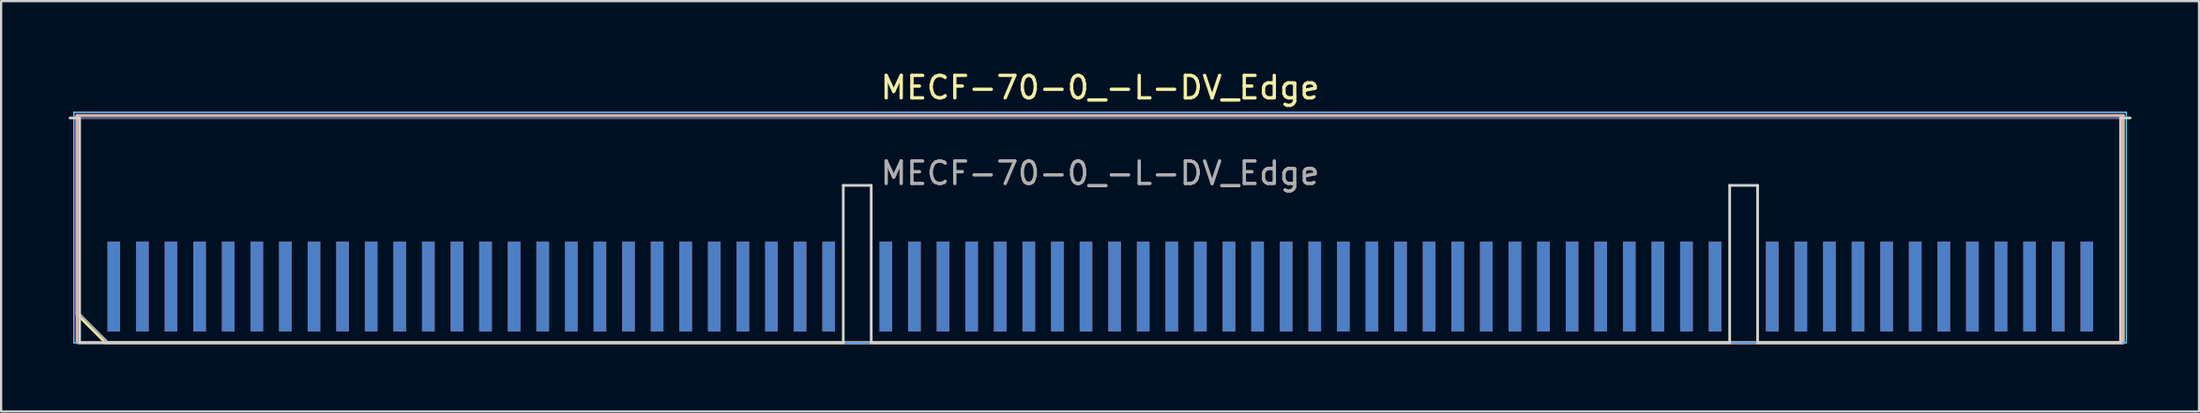
<source format=kicad_pcb>
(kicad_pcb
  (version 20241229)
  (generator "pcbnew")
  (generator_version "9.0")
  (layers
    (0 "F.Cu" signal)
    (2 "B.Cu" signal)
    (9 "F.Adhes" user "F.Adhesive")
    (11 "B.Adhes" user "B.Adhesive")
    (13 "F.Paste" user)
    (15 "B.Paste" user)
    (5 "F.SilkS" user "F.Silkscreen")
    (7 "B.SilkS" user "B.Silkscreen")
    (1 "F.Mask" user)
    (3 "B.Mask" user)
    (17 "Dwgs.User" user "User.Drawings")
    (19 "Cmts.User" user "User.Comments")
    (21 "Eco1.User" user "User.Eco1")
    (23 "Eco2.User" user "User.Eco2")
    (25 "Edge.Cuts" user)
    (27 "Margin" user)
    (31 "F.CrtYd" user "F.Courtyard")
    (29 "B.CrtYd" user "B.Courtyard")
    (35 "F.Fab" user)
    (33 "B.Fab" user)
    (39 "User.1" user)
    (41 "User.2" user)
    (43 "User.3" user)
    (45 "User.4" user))
  (footprint "MECF-70-0_-L-DV_Edge"
    (layer "F.Cu")
    (at 45.81 7.198)
    (property "Reference" "MECF-70-0_-L-DV_Edge" (at 0 -6.35 0) (layer "F.SilkS") (effects (font (size 1 1) (thickness 0.15))))
    (attr exclude_from_pos_files exclude_from_bom)
    (fp_line (start -45.44 -5.11) (end 45.44 -5.11) (stroke (width 0.12) (type solid)) (layer "F.SilkS"))
    (fp_line (start -45.44 3.73) (end -45.44 -5.11) (stroke (width 0.12) (type solid)) (layer "F.SilkS"))
    (fp_line (start -44.17 5) (end -45.44 3.73) (stroke (width 0.12) (type solid)) (layer "F.SilkS"))
    (fp_line (start -44.17 5) (end 45.44 5) (stroke (width 0.12) (type solid)) (layer "F.SilkS"))
    (fp_line (start 45.44 5) (end 45.44 -5.11) (stroke (width 0.12) (type solid)) (layer "F.SilkS"))
    (fp_line (start -45.44 -5.11) (end 45.44 -5.11) (stroke (width 0.12) (type solid)) (layer "B.SilkS"))
    (fp_line (start -45.44 5) (end -45.44 -5.11) (stroke (width 0.12) (type solid)) (layer "B.SilkS"))
    (fp_line (start -45.44 5) (end 45.44 5) (stroke (width 0.12) (type solid)) (layer "B.SilkS"))
    (fp_line (start 45.44 5) (end 45.44 -5.11) (stroke (width 0.12) (type solid)) (layer "B.SilkS"))
    (fp_line (start -45.75 -5) (end -45.325 -5) (stroke (width 0.12) (type solid)) (layer "Edge.Cuts"))
    (fp_line (start -45.325 5) (end -45.325 -5) (stroke (width 0.12) (type solid)) (layer "Edge.Cuts"))
    (fp_line (start -45.325 5) (end -11.405 5) (stroke (width 0.12) (type solid)) (layer "Edge.Cuts"))
    (fp_line (start -11.405 -2) (end -10.165 -2) (stroke (width 0.12) (type solid)) (layer "Edge.Cuts"))
    (fp_line (start -11.405 5) (end -11.405 -2) (stroke (width 0.12) (type solid)) (layer "Edge.Cuts"))
    (fp_line (start -10.165 5) (end -10.165 -2) (stroke (width 0.12) (type solid)) (layer "Edge.Cuts"))
    (fp_line (start -10.165 5) (end 27.965 5) (stroke (width 0.12) (type solid)) (layer "Edge.Cuts"))
    (fp_line (start 27.965 -2) (end 29.205 -2) (stroke (width 0.12) (type solid)) (layer "Edge.Cuts"))
    (fp_line (start 27.965 5) (end 27.965 -2) (stroke (width 0.12) (type solid)) (layer "Edge.Cuts"))
    (fp_line (start 29.205 5) (end 29.205 -2) (stroke (width 0.12) (type solid)) (layer "Edge.Cuts"))
    (fp_line (start 29.205 5) (end 45.325 5) (stroke (width 0.12) (type solid)) (layer "Edge.Cuts"))
    (fp_line (start 45.325 5) (end 45.325 -5) (stroke (width 0.12) (type solid)) (layer "Edge.Cuts"))
    (fp_line (start 45.75 -5) (end 45.325 -5) (stroke (width 0.12) (type solid)) (layer "Edge.Cuts"))
    (fp_line (start -45.58 -5.25) (end -45.58 5) (stroke (width 0.05) (type solid)) (layer "B.CrtYd"))
    (fp_line (start -45.58 5) (end 45.58 5) (stroke (width 0.05) (type solid)) (layer "B.CrtYd"))
    (fp_line (start 45.58 -5.25) (end -45.58 -5.25) (stroke (width 0.05) (type solid)) (layer "B.CrtYd"))
    (fp_line (start 45.58 5) (end 45.58 -5.25) (stroke (width 0.05) (type solid)) (layer "B.CrtYd"))
    (fp_line (start -45.58 -5.25) (end -45.58 5) (stroke (width 0.05) (type solid)) (layer "F.CrtYd"))
    (fp_line (start -45.58 5) (end 45.58 5) (stroke (width 0.05) (type solid)) (layer "F.CrtYd"))
    (fp_line (start 45.58 -5.25) (end -45.58 -5.25) (stroke (width 0.05) (type solid)) (layer "F.CrtYd"))
    (fp_line (start 45.58 5) (end 45.58 -5.25) (stroke (width 0.05) (type solid)) (layer "F.CrtYd"))
    (fp_line (start -45.325 -5) (end 45.325 -5) (stroke (width 0.1) (type solid)) (layer "B.Fab"))
    (fp_line (start -45.325 5) (end -45.325 -5) (stroke (width 0.1) (type solid)) (layer "B.Fab"))
    (fp_line (start -45.325 5) (end 45.325 5) (stroke (width 0.1) (type solid)) (layer "B.Fab"))
    (fp_line (start 45.325 5) (end 45.325 -5) (stroke (width 0.1) (type solid)) (layer "B.Fab"))
    (fp_line (start -45.325 -5) (end 45.325 -5) (stroke (width 0.1) (type solid)) (layer "F.Fab"))
    (fp_line (start -45.325 3.73) (end -45.325 -5) (stroke (width 0.1) (type solid)) (layer "F.Fab"))
    (fp_line (start -45.325 3.73) (end -44.055 5) (stroke (width 0.1) (type solid)) (layer "F.Fab"))
    (fp_line (start -44.055 5) (end 45.325 5) (stroke (width 0.1) (type solid)) (layer "F.Fab"))
    (fp_line (start 45.325 5) (end 45.325 -5) (stroke (width 0.1) (type solid)) (layer "F.Fab"))
    (fp_text user "${REFERENCE}" (at 0 -2.54 0) (layer "F.Fab") (effects (font (size 1 1) (thickness 0.15))))
    (pad "1" smd rect (at -43.805 2.5) (size 0.56 4) (layers "F.Cu" "F.Mask" "F.Paste"))
    (pad "2" smd rect (at -43.805 2.5) (size 0.56 4) (layers "B.Cu" "B.Mask" "B.Paste"))
    (pad "3" smd rect (at -42.535 2.5) (size 0.56 4) (layers "F.Cu" "F.Mask" "F.Paste"))
    (pad "4" smd rect (at -42.535 2.5) (size 0.56 4) (layers "B.Cu" "B.Mask" "B.Paste"))
    (pad "5" smd rect (at -41.265 2.5) (size 0.56 4) (layers "F.Cu" "F.Mask" "F.Paste"))
    (pad "6" smd rect (at -41.265 2.5) (size 0.56 4) (layers "B.Cu" "B.Mask" "B.Paste"))
    (pad "7" smd rect (at -39.995 2.5) (size 0.56 4) (layers "F.Cu" "F.Mask" "F.Paste"))
    (pad "8" smd rect (at -39.995 2.5) (size 0.56 4) (layers "B.Cu" "B.Mask" "B.Paste"))
    (pad "9" smd rect (at -38.725 2.5) (size 0.56 4) (layers "F.Cu" "F.Mask" "F.Paste"))
    (pad "10" smd rect (at -38.725 2.5) (size 0.56 4) (layers "B.Cu" "B.Mask" "B.Paste"))
    (pad "11" smd rect (at -37.455 2.5) (size 0.56 4) (layers "F.Cu" "F.Mask" "F.Paste"))
    (pad "12" smd rect (at -37.455 2.5) (size 0.56 4) (layers "B.Cu" "B.Mask" "B.Paste"))
    (pad "13" smd rect (at -36.185 2.5) (size 0.56 4) (layers "F.Cu" "F.Mask" "F.Paste"))
    (pad "14" smd rect (at -36.185 2.5) (size 0.56 4) (layers "B.Cu" "B.Mask" "B.Paste"))
    (pad "15" smd rect (at -34.915 2.5) (size 0.56 4) (layers "F.Cu" "F.Mask" "F.Paste"))
    (pad "16" smd rect (at -34.915 2.5) (size 0.56 4) (layers "B.Cu" "B.Mask" "B.Paste"))
    (pad "17" smd rect (at -33.645 2.5) (size 0.56 4) (layers "F.Cu" "F.Mask" "F.Paste"))
    (pad "18" smd rect (at -33.645 2.5) (size 0.56 4) (layers "B.Cu" "B.Mask" "B.Paste"))
    (pad "19" smd rect (at -32.375 2.5) (size 0.56 4) (layers "F.Cu" "F.Mask" "F.Paste"))
    (pad "20" smd rect (at -32.375 2.5) (size 0.56 4) (layers "B.Cu" "B.Mask" "B.Paste"))
    (pad "21" smd rect (at -31.105 2.5) (size 0.56 4) (layers "F.Cu" "F.Mask" "F.Paste"))
    (pad "22" smd rect (at -31.105 2.5) (size 0.56 4) (layers "B.Cu" "B.Mask" "B.Paste"))
    (pad "23" smd rect (at -29.835 2.5) (size 0.56 4) (layers "F.Cu" "F.Mask" "F.Paste"))
    (pad "24" smd rect (at -29.835 2.5) (size 0.56 4) (layers "B.Cu" "B.Mask" "B.Paste"))
    (pad "25" smd rect (at -28.565 2.5) (size 0.56 4) (layers "F.Cu" "F.Mask" "F.Paste"))
    (pad "26" smd rect (at -28.565 2.5) (size 0.56 4) (layers "B.Cu" "B.Mask" "B.Paste"))
    (pad "27" smd rect (at -27.295 2.5) (size 0.56 4) (layers "F.Cu" "F.Mask" "F.Paste"))
    (pad "28" smd rect (at -27.295 2.5) (size 0.56 4) (layers "B.Cu" "B.Mask" "B.Paste"))
    (pad "29" smd rect (at -26.025 2.5) (size 0.56 4) (layers "F.Cu" "F.Mask" "F.Paste"))
    (pad "30" smd rect (at -26.025 2.5) (size 0.56 4) (layers "B.Cu" "B.Mask" "B.Paste"))
    (pad "31" smd rect (at -24.755 2.5) (size 0.56 4) (layers "F.Cu" "F.Mask" "F.Paste"))
    (pad "32" smd rect (at -24.755 2.5) (size 0.56 4) (layers "B.Cu" "B.Mask" "B.Paste"))
    (pad "33" smd rect (at -23.485 2.5) (size 0.56 4) (layers "F.Cu" "F.Mask" "F.Paste"))
    (pad "34" smd rect (at -23.485 2.5) (size 0.56 4) (layers "B.Cu" "B.Mask" "B.Paste"))
    (pad "35" smd rect (at -22.215 2.5) (size 0.56 4) (layers "F.Cu" "F.Mask" "F.Paste"))
    (pad "36" smd rect (at -22.215 2.5) (size 0.56 4) (layers "B.Cu" "B.Mask" "B.Paste"))
    (pad "37" smd rect (at -20.945 2.5) (size 0.56 4) (layers "F.Cu" "F.Mask" "F.Paste"))
    (pad "38" smd rect (at -20.945 2.5) (size 0.56 4) (layers "B.Cu" "B.Mask" "B.Paste"))
    (pad "39" smd rect (at -19.675 2.5) (size 0.56 4) (layers "F.Cu" "F.Mask" "F.Paste"))
    (pad "40" smd rect (at -19.675 2.5) (size 0.56 4) (layers "B.Cu" "B.Mask" "B.Paste"))
    (pad "41" smd rect (at -18.405 2.5) (size 0.56 4) (layers "F.Cu" "F.Mask" "F.Paste"))
    (pad "42" smd rect (at -18.405 2.5) (size 0.56 4) (layers "B.Cu" "B.Mask" "B.Paste"))
    (pad "43" smd rect (at -17.135 2.5) (size 0.56 4) (layers "F.Cu" "F.Mask" "F.Paste"))
    (pad "44" smd rect (at -17.135 2.5) (size 0.56 4) (layers "B.Cu" "B.Mask" "B.Paste"))
    (pad "45" smd rect (at -15.865 2.5) (size 0.56 4) (layers "F.Cu" "F.Mask" "F.Paste"))
    (pad "46" smd rect (at -15.865 2.5) (size 0.56 4) (layers "B.Cu" "B.Mask" "B.Paste"))
    (pad "47" smd rect (at -14.595 2.5) (size 0.56 4) (layers "F.Cu" "F.Mask" "F.Paste"))
    (pad "48" smd rect (at -14.595 2.5) (size 0.56 4) (layers "B.Cu" "B.Mask" "B.Paste"))
    (pad "49" smd rect (at -13.325 2.5) (size 0.56 4) (layers "F.Cu" "F.Mask" "F.Paste"))
    (pad "50" smd rect (at -13.325 2.5) (size 0.56 4) (layers "B.Cu" "B.Mask" "B.Paste"))
    (pad "51" smd rect (at -12.055 2.5) (size 0.56 4) (layers "F.Cu" "F.Mask" "F.Paste"))
    (pad "52" smd rect (at -12.055 2.5) (size 0.56 4) (layers "B.Cu" "B.Mask" "B.Paste"))
    (pad "55" smd rect (at -9.515 2.5) (size 0.56 4) (layers "F.Cu" "F.Mask" "F.Paste"))
    (pad "56" smd rect (at -9.515 2.5) (size 0.56 4) (layers "B.Cu" "B.Mask" "B.Paste"))
    (pad "57" smd rect (at -8.245 2.5) (size 0.56 4) (layers "F.Cu" "F.Mask" "F.Paste"))
    (pad "58" smd rect (at -8.245 2.5) (size 0.56 4) (layers "B.Cu" "B.Mask" "B.Paste"))
    (pad "59" smd rect (at -6.975 2.5) (size 0.56 4) (layers "F.Cu" "F.Mask" "F.Paste"))
    (pad "60" smd rect (at -6.975 2.5) (size 0.56 4) (layers "B.Cu" "B.Mask" "B.Paste"))
    (pad "61" smd rect (at -5.705 2.5) (size 0.56 4) (layers "F.Cu" "F.Mask" "F.Paste"))
    (pad "62" smd rect (at -5.705 2.5) (size 0.56 4) (layers "B.Cu" "B.Mask" "B.Paste"))
    (pad "63" smd rect (at -4.435 2.5) (size 0.56 4) (layers "F.Cu" "F.Mask" "F.Paste"))
    (pad "64" smd rect (at -4.435 2.5) (size 0.56 4) (layers "B.Cu" "B.Mask" "B.Paste"))
    (pad "65" smd rect (at -3.165 2.5) (size 0.56 4) (layers "F.Cu" "F.Mask" "F.Paste"))
    (pad "66" smd rect (at -3.165 2.5) (size 0.56 4) (layers "B.Cu" "B.Mask" "B.Paste"))
    (pad "67" smd rect (at -1.895 2.5) (size 0.56 4) (layers "F.Cu" "F.Mask" "F.Paste"))
    (pad "68" smd rect (at -1.895 2.5) (size 0.56 4) (layers "B.Cu" "B.Mask" "B.Paste"))
    (pad "69" smd rect (at -0.625 2.5) (size 0.56 4) (layers "F.Cu" "F.Mask" "F.Paste"))
    (pad "70" smd rect (at -0.625 2.5) (size 0.56 4) (layers "B.Cu" "B.Mask" "B.Paste"))
    (pad "71" smd rect (at 0.645 2.5) (size 0.56 4) (layers "F.Cu" "F.Mask" "F.Paste"))
    (pad "72" smd rect (at 0.645 2.5) (size 0.56 4) (layers "B.Cu" "B.Mask" "B.Paste"))
    (pad "73" smd rect (at 1.915 2.5) (size 0.56 4) (layers "F.Cu" "F.Mask" "F.Paste"))
    (pad "74" smd rect (at 1.915 2.5) (size 0.56 4) (layers "B.Cu" "B.Mask" "B.Paste"))
    (pad "75" smd rect (at 3.185 2.5) (size 0.56 4) (layers "F.Cu" "F.Mask" "F.Paste"))
    (pad "76" smd rect (at 3.185 2.5) (size 0.56 4) (layers "B.Cu" "B.Mask" "B.Paste"))
    (pad "77" smd rect (at 4.455 2.5) (size 0.56 4) (layers "F.Cu" "F.Mask" "F.Paste"))
    (pad "78" smd rect (at 4.455 2.5) (size 0.56 4) (layers "B.Cu" "B.Mask" "B.Paste"))
    (pad "79" smd rect (at 5.725 2.5) (size 0.56 4) (layers "F.Cu" "F.Mask" "F.Paste"))
    (pad "80" smd rect (at 5.725 2.5) (size 0.56 4) (layers "B.Cu" "B.Mask" "B.Paste"))
    (pad "81" smd rect (at 6.995 2.5) (size 0.56 4) (layers "F.Cu" "F.Mask" "F.Paste"))
    (pad "82" smd rect (at 6.995 2.5) (size 0.56 4) (layers "B.Cu" "B.Mask" "B.Paste"))
    (pad "83" smd rect (at 8.265 2.5) (size 0.56 4) (layers "F.Cu" "F.Mask" "F.Paste"))
    (pad "84" smd rect (at 8.265 2.5) (size 0.56 4) (layers "B.Cu" "B.Mask" "B.Paste"))
    (pad "85" smd rect (at 9.535 2.5) (size 0.56 4) (layers "F.Cu" "F.Mask" "F.Paste"))
    (pad "86" smd rect (at 9.535 2.5) (size 0.56 4) (layers "B.Cu" "B.Mask" "B.Paste"))
    (pad "87" smd rect (at 10.805 2.5) (size 0.56 4) (layers "F.Cu" "F.Mask" "F.Paste"))
    (pad "88" smd rect (at 10.805 2.5) (size 0.56 4) (layers "B.Cu" "B.Mask" "B.Paste"))
    (pad "89" smd rect (at 12.075 2.5) (size 0.56 4) (layers "F.Cu" "F.Mask" "F.Paste"))
    (pad "90" smd rect (at 12.075 2.5) (size 0.56 4) (layers "B.Cu" "B.Mask" "B.Paste"))
    (pad "91" smd rect (at 13.345 2.5) (size 0.56 4) (layers "F.Cu" "F.Mask" "F.Paste"))
    (pad "92" smd rect (at 13.345 2.5) (size 0.56 4) (layers "B.Cu" "B.Mask" "B.Paste"))
    (pad "93" smd rect (at 14.615 2.5) (size 0.56 4) (layers "F.Cu" "F.Mask" "F.Paste"))
    (pad "94" smd rect (at 14.615 2.5) (size 0.56 4) (layers "B.Cu" "B.Mask" "B.Paste"))
    (pad "95" smd rect (at 15.885 2.5) (size 0.56 4) (layers "F.Cu" "F.Mask" "F.Paste"))
    (pad "96" smd rect (at 15.885 2.5) (size 0.56 4) (layers "B.Cu" "B.Mask" "B.Paste"))
    (pad "97" smd rect (at 17.155 2.5) (size 0.56 4) (layers "F.Cu" "F.Mask" "F.Paste"))
    (pad "98" smd rect (at 17.155 2.5) (size 0.56 4) (layers "B.Cu" "B.Mask" "B.Paste"))
    (pad "99" smd rect (at 18.425 2.5) (size 0.56 4) (layers "F.Cu" "F.Mask" "F.Paste"))
    (pad "100" smd rect (at 18.425 2.5) (size 0.56 4) (layers "B.Cu" "B.Mask" "B.Paste"))
    (pad "101" smd rect (at 19.695 2.5) (size 0.56 4) (layers "F.Cu" "F.Mask" "F.Paste"))
    (pad "102" smd rect (at 19.695 2.5) (size 0.56 4) (layers "B.Cu" "B.Mask" "B.Paste"))
    (pad "103" smd rect (at 20.965 2.5) (size 0.56 4) (layers "F.Cu" "F.Mask" "F.Paste"))
    (pad "104" smd rect (at 20.965 2.5) (size 0.56 4) (layers "B.Cu" "B.Mask" "B.Paste"))
    (pad "105" smd rect (at 22.235 2.5) (size 0.56 4) (layers "F.Cu" "F.Mask" "F.Paste"))
    (pad "106" smd rect (at 22.235 2.5) (size 0.56 4) (layers "B.Cu" "B.Mask" "B.Paste"))
    (pad "107" smd rect (at 23.505 2.5) (size 0.56 4) (layers "F.Cu" "F.Mask" "F.Paste"))
    (pad "108" smd rect (at 23.505 2.5) (size 0.56 4) (layers "B.Cu" "B.Mask" "B.Paste"))
    (pad "109" smd rect (at 24.775 2.5) (size 0.56 4) (layers "F.Cu" "F.Mask" "F.Paste"))
    (pad "110" smd rect (at 24.775 2.5) (size 0.56 4) (layers "B.Cu" "B.Mask" "B.Paste"))
    (pad "111" smd rect (at 26.045 2.5) (size 0.56 4) (layers "F.Cu" "F.Mask" "F.Paste"))
    (pad "112" smd rect (at 26.045 2.5) (size 0.56 4) (layers "B.Cu" "B.Mask" "B.Paste"))
    (pad "113" smd rect (at 27.315 2.5) (size 0.56 4) (layers "F.Cu" "F.Mask" "F.Paste"))
    (pad "114" smd rect (at 27.315 2.5) (size 0.56 4) (layers "B.Cu" "B.Mask" "B.Paste"))
    (pad "117" smd rect (at 29.855 2.5) (size 0.56 4) (layers "F.Cu" "F.Mask" "F.Paste"))
    (pad "118" smd rect (at 29.855 2.5) (size 0.56 4) (layers "B.Cu" "B.Mask" "B.Paste"))
    (pad "119" smd rect (at 31.125 2.5) (size 0.56 4) (layers "F.Cu" "F.Mask" "F.Paste"))
    (pad "120" smd rect (at 31.125 2.5) (size 0.56 4) (layers "B.Cu" "B.Mask" "B.Paste"))
    (pad "121" smd rect (at 32.395 2.5) (size 0.56 4) (layers "F.Cu" "F.Mask" "F.Paste"))
    (pad "122" smd rect (at 32.395 2.5) (size 0.56 4) (layers "B.Cu" "B.Mask" "B.Paste"))
    (pad "123" smd rect (at 33.665 2.5) (size 0.56 4) (layers "F.Cu" "F.Mask" "F.Paste"))
    (pad "124" smd rect (at 33.665 2.5) (size 0.56 4) (layers "B.Cu" "B.Mask" "B.Paste"))
    (pad "125" smd rect (at 34.935 2.5) (size 0.56 4) (layers "F.Cu" "F.Mask" "F.Paste"))
    (pad "126" smd rect (at 34.935 2.5) (size 0.56 4) (layers "B.Cu" "B.Mask" "B.Paste"))
    (pad "127" smd rect (at 36.205 2.5) (size 0.56 4) (layers "F.Cu" "F.Mask" "F.Paste"))
    (pad "128" smd rect (at 36.205 2.5) (size 0.56 4) (layers "B.Cu" "B.Mask" "B.Paste"))
    (pad "129" smd rect (at 37.475 2.5) (size 0.56 4) (layers "F.Cu" "F.Mask" "F.Paste"))
    (pad "130" smd rect (at 37.475 2.5) (size 0.56 4) (layers "B.Cu" "B.Mask" "B.Paste"))
    (pad "131" smd rect (at 38.745 2.5) (size 0.56 4) (layers "F.Cu" "F.Mask" "F.Paste"))
    (pad "132" smd rect (at 38.745 2.5) (size 0.56 4) (layers "B.Cu" "B.Mask" "B.Paste"))
    (pad "133" smd rect (at 40.015 2.5) (size 0.56 4) (layers "F.Cu" "F.Mask" "F.Paste"))
    (pad "134" smd rect (at 40.015 2.5) (size 0.56 4) (layers "B.Cu" "B.Mask" "B.Paste"))
    (pad "135" smd rect (at 41.285 2.5) (size 0.56 4) (layers "F.Cu" "F.Mask" "F.Paste"))
    (pad "136" smd rect (at 41.285 2.5) (size 0.56 4) (layers "B.Cu" "B.Mask" "B.Paste"))
    (pad "137" smd rect (at 42.555 2.5) (size 0.56 4) (layers "F.Cu" "F.Mask" "F.Paste"))
    (pad "138" smd rect (at 42.555 2.5) (size 0.56 4) (layers "B.Cu" "B.Mask" "B.Paste"))
    (pad "139" smd rect (at 43.825 2.5) (size 0.56 4) (layers "F.Cu" "F.Mask" "F.Paste"))
    (pad "140" smd rect (at 43.825 2.5) (size 0.56 4) (layers "B.Cu" "B.Mask" "B.Paste")))
  (gr_rect
    (start -3 -3)
    (end 94.62 15.258)
    (stroke (width 0.1) (type default))
    (fill no)
    (layer "Edge.Cuts")))
</source>
